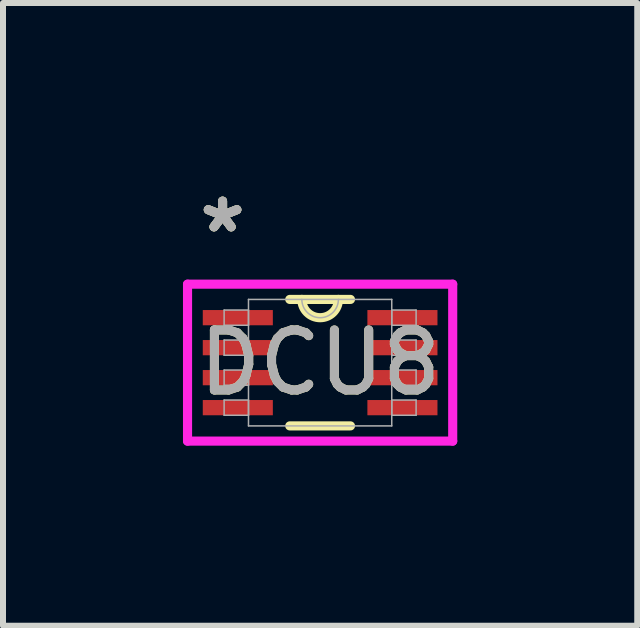
<source format=kicad_pcb>
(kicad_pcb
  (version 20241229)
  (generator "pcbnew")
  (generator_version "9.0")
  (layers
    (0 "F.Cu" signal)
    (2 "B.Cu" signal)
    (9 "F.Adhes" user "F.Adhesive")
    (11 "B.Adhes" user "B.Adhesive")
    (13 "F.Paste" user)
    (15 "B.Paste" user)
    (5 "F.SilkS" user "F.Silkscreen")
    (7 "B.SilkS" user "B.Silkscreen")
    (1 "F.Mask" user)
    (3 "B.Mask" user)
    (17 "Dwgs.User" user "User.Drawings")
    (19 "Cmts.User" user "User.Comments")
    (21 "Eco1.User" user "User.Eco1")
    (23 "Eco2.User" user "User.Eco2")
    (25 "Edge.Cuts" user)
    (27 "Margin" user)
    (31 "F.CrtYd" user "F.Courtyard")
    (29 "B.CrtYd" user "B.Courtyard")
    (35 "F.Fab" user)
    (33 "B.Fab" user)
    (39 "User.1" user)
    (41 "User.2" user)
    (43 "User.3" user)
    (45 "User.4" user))
  (footprint "DCU8"
    (layer "F.Cu")
    (at 2.286 2.995)
    (property "Reference" "DCU8" (at 0 0 0) (unlocked yes) (layer "F.SilkS") (effects (font (size 1 1) (thickness 0.15))))
    (attr smd)
    (fp_line (start -0.506 1.054) (end 0.506 1.054) (stroke (width 0.152) (type solid)) (layer "F.SilkS"))
    (fp_line (start 0.506 -1.054) (end -0.506 -1.054) (stroke (width 0.152) (type solid)) (layer "F.SilkS"))
    (fp_arc (start 0.3048 -1.0541) (mid 0 -0.7493) (end -0.3048 -1.0541) (stroke (width 0.1524) (type solid)) (layer "F.SilkS"))
    (fp_line (start -2.21 -1.308) (end 2.21 -1.308) (stroke (width 0.152) (type solid)) (layer "F.CrtYd"))
    (fp_line (start -2.21 1.308) (end -2.21 -1.308) (stroke (width 0.152) (type solid)) (layer "F.CrtYd"))
    (fp_line (start 2.21 -1.308) (end 2.21 1.308) (stroke (width 0.152) (type solid)) (layer "F.CrtYd"))
    (fp_line (start 2.21 1.308) (end -2.21 1.308) (stroke (width 0.152) (type solid)) (layer "F.CrtYd"))
    (fp_line (start -1.6 -0.877) (end -1.6 -0.623) (stroke (width 0.025) (type solid)) (layer "F.Fab"))
    (fp_line (start -1.6 -0.623) (end -1.194 -0.623) (stroke (width 0.025) (type solid)) (layer "F.Fab"))
    (fp_line (start -1.6 -0.377) (end -1.6 -0.123) (stroke (width 0.025) (type solid)) (layer "F.Fab"))
    (fp_line (start -1.6 -0.123) (end -1.194 -0.123) (stroke (width 0.025) (type solid)) (layer "F.Fab"))
    (fp_line (start -1.6 0.123) (end -1.6 0.377) (stroke (width 0.025) (type solid)) (layer "F.Fab"))
    (fp_line (start -1.6 0.377) (end -1.194 0.377) (stroke (width 0.025) (type solid)) (layer "F.Fab"))
    (fp_line (start -1.6 0.623) (end -1.6 0.877) (stroke (width 0.025) (type solid)) (layer "F.Fab"))
    (fp_line (start -1.6 0.877) (end -1.194 0.877) (stroke (width 0.025) (type solid)) (layer "F.Fab"))
    (fp_line (start -1.194 -1.054) (end -1.194 1.054) (stroke (width 0.025) (type solid)) (layer "F.Fab"))
    (fp_line (start -1.194 -0.877) (end -1.6 -0.877) (stroke (width 0.025) (type solid)) (layer "F.Fab"))
    (fp_line (start -1.194 -0.623) (end -1.194 -0.877) (stroke (width 0.025) (type solid)) (layer "F.Fab"))
    (fp_line (start -1.194 -0.377) (end -1.6 -0.377) (stroke (width 0.025) (type solid)) (layer "F.Fab"))
    (fp_line (start -1.194 -0.123) (end -1.194 -0.377) (stroke (width 0.025) (type solid)) (layer "F.Fab"))
    (fp_line (start -1.194 0.123) (end -1.6 0.123) (stroke (width 0.025) (type solid)) (layer "F.Fab"))
    (fp_line (start -1.194 0.377) (end -1.194 0.123) (stroke (width 0.025) (type solid)) (layer "F.Fab"))
    (fp_line (start -1.194 0.623) (end -1.6 0.623) (stroke (width 0.025) (type solid)) (layer "F.Fab"))
    (fp_line (start -1.194 0.877) (end -1.194 0.623) (stroke (width 0.025) (type solid)) (layer "F.Fab"))
    (fp_line (start -1.194 1.054) (end 1.194 1.054) (stroke (width 0.025) (type solid)) (layer "F.Fab"))
    (fp_line (start 1.194 -1.054) (end -1.194 -1.054) (stroke (width 0.025) (type solid)) (layer "F.Fab"))
    (fp_line (start 1.194 -0.877) (end 1.194 -0.623) (stroke (width 0.025) (type solid)) (layer "F.Fab"))
    (fp_line (start 1.194 -0.623) (end 1.6 -0.623) (stroke (width 0.025) (type solid)) (layer "F.Fab"))
    (fp_line (start 1.194 -0.377) (end 1.194 -0.123) (stroke (width 0.025) (type solid)) (layer "F.Fab"))
    (fp_line (start 1.194 -0.123) (end 1.6 -0.123) (stroke (width 0.025) (type solid)) (layer "F.Fab"))
    (fp_line (start 1.194 0.123) (end 1.194 0.377) (stroke (width 0.025) (type solid)) (layer "F.Fab"))
    (fp_line (start 1.194 0.377) (end 1.6 0.377) (stroke (width 0.025) (type solid)) (layer "F.Fab"))
    (fp_line (start 1.194 0.623) (end 1.194 0.877) (stroke (width 0.025) (type solid)) (layer "F.Fab"))
    (fp_line (start 1.194 0.877) (end 1.6 0.877) (stroke (width 0.025) (type solid)) (layer "F.Fab"))
    (fp_line (start 1.194 1.054) (end 1.194 -1.054) (stroke (width 0.025) (type solid)) (layer "F.Fab"))
    (fp_line (start 1.6 -0.877) (end 1.194 -0.877) (stroke (width 0.025) (type solid)) (layer "F.Fab"))
    (fp_line (start 1.6 -0.623) (end 1.6 -0.877) (stroke (width 0.025) (type solid)) (layer "F.Fab"))
    (fp_line (start 1.6 -0.377) (end 1.194 -0.377) (stroke (width 0.025) (type solid)) (layer "F.Fab"))
    (fp_line (start 1.6 -0.123) (end 1.6 -0.377) (stroke (width 0.025) (type solid)) (layer "F.Fab"))
    (fp_line (start 1.6 0.123) (end 1.194 0.123) (stroke (width 0.025) (type solid)) (layer "F.Fab"))
    (fp_line (start 1.6 0.377) (end 1.6 0.123) (stroke (width 0.025) (type solid)) (layer "F.Fab"))
    (fp_line (start 1.6 0.623) (end 1.194 0.623) (stroke (width 0.025) (type solid)) (layer "F.Fab"))
    (fp_line (start 1.6 0.877) (end 1.6 0.623) (stroke (width 0.025) (type solid)) (layer "F.Fab"))
    (fp_arc (start 0.3048 -1.0541) (mid 0 -0.7493) (end -0.3048 -1.0541) (stroke (width 0.0254) (type solid)) (layer "F.Fab"))
    (fp_text user "*" (at -1.626 -2.147 0) (layer "F.SilkS") (effects (font (size 1 1) (thickness 0.15))))
    (fp_text user "*" (at -1.626 -2.147 0) (unlocked yes) (layer "F.SilkS") (effects (font (size 1 1) (thickness 0.15))))
    (fp_text user "${REFERENCE}" (at 0 0 0) (unlocked yes) (layer "F.Fab") (effects (font (size 1 1) (thickness 0.15))))
    (fp_text user "*" (at -1.626 -2.147 0) (layer "F.Fab") (effects (font (size 1 1) (thickness 0.15))))
    (fp_text user "*" (at -1.626 -2.147 0) (unlocked yes) (layer "F.Fab") (effects (font (size 1 1) (thickness 0.15))))
    (pad "1" smd rect (at -1.372 -0.75) (size 1.168 0.254) (layers "F.Cu" "F.Mask" "F.Paste"))
    (pad "2" smd rect (at -1.372 -0.25) (size 1.168 0.254) (layers "F.Cu" "F.Mask" "F.Paste"))
    (pad "3" smd rect (at -1.372 0.25) (size 1.168 0.254) (layers "F.Cu" "F.Mask" "F.Paste"))
    (pad "4" smd rect (at -1.372 0.75) (size 1.168 0.254) (layers "F.Cu" "F.Mask" "F.Paste"))
    (pad "5" smd rect (at 1.372 0.75) (size 1.168 0.254) (layers "F.Cu" "F.Mask" "F.Paste"))
    (pad "6" smd rect (at 1.372 0.25) (size 1.168 0.254) (layers "F.Cu" "F.Mask" "F.Paste"))
    (pad "7" smd rect (at 1.372 -0.25) (size 1.168 0.254) (layers "F.Cu" "F.Mask" "F.Paste"))
    (pad "8" smd rect (at 1.372 -0.75) (size 1.168 0.254) (layers "F.Cu" "F.Mask" "F.Paste")))
  (gr_rect
    (start -3 -3)
    (end 7.572 7.38)
    (stroke (width 0.1) (type default))
    (fill no)
    (layer "Edge.Cuts")))
</source>
